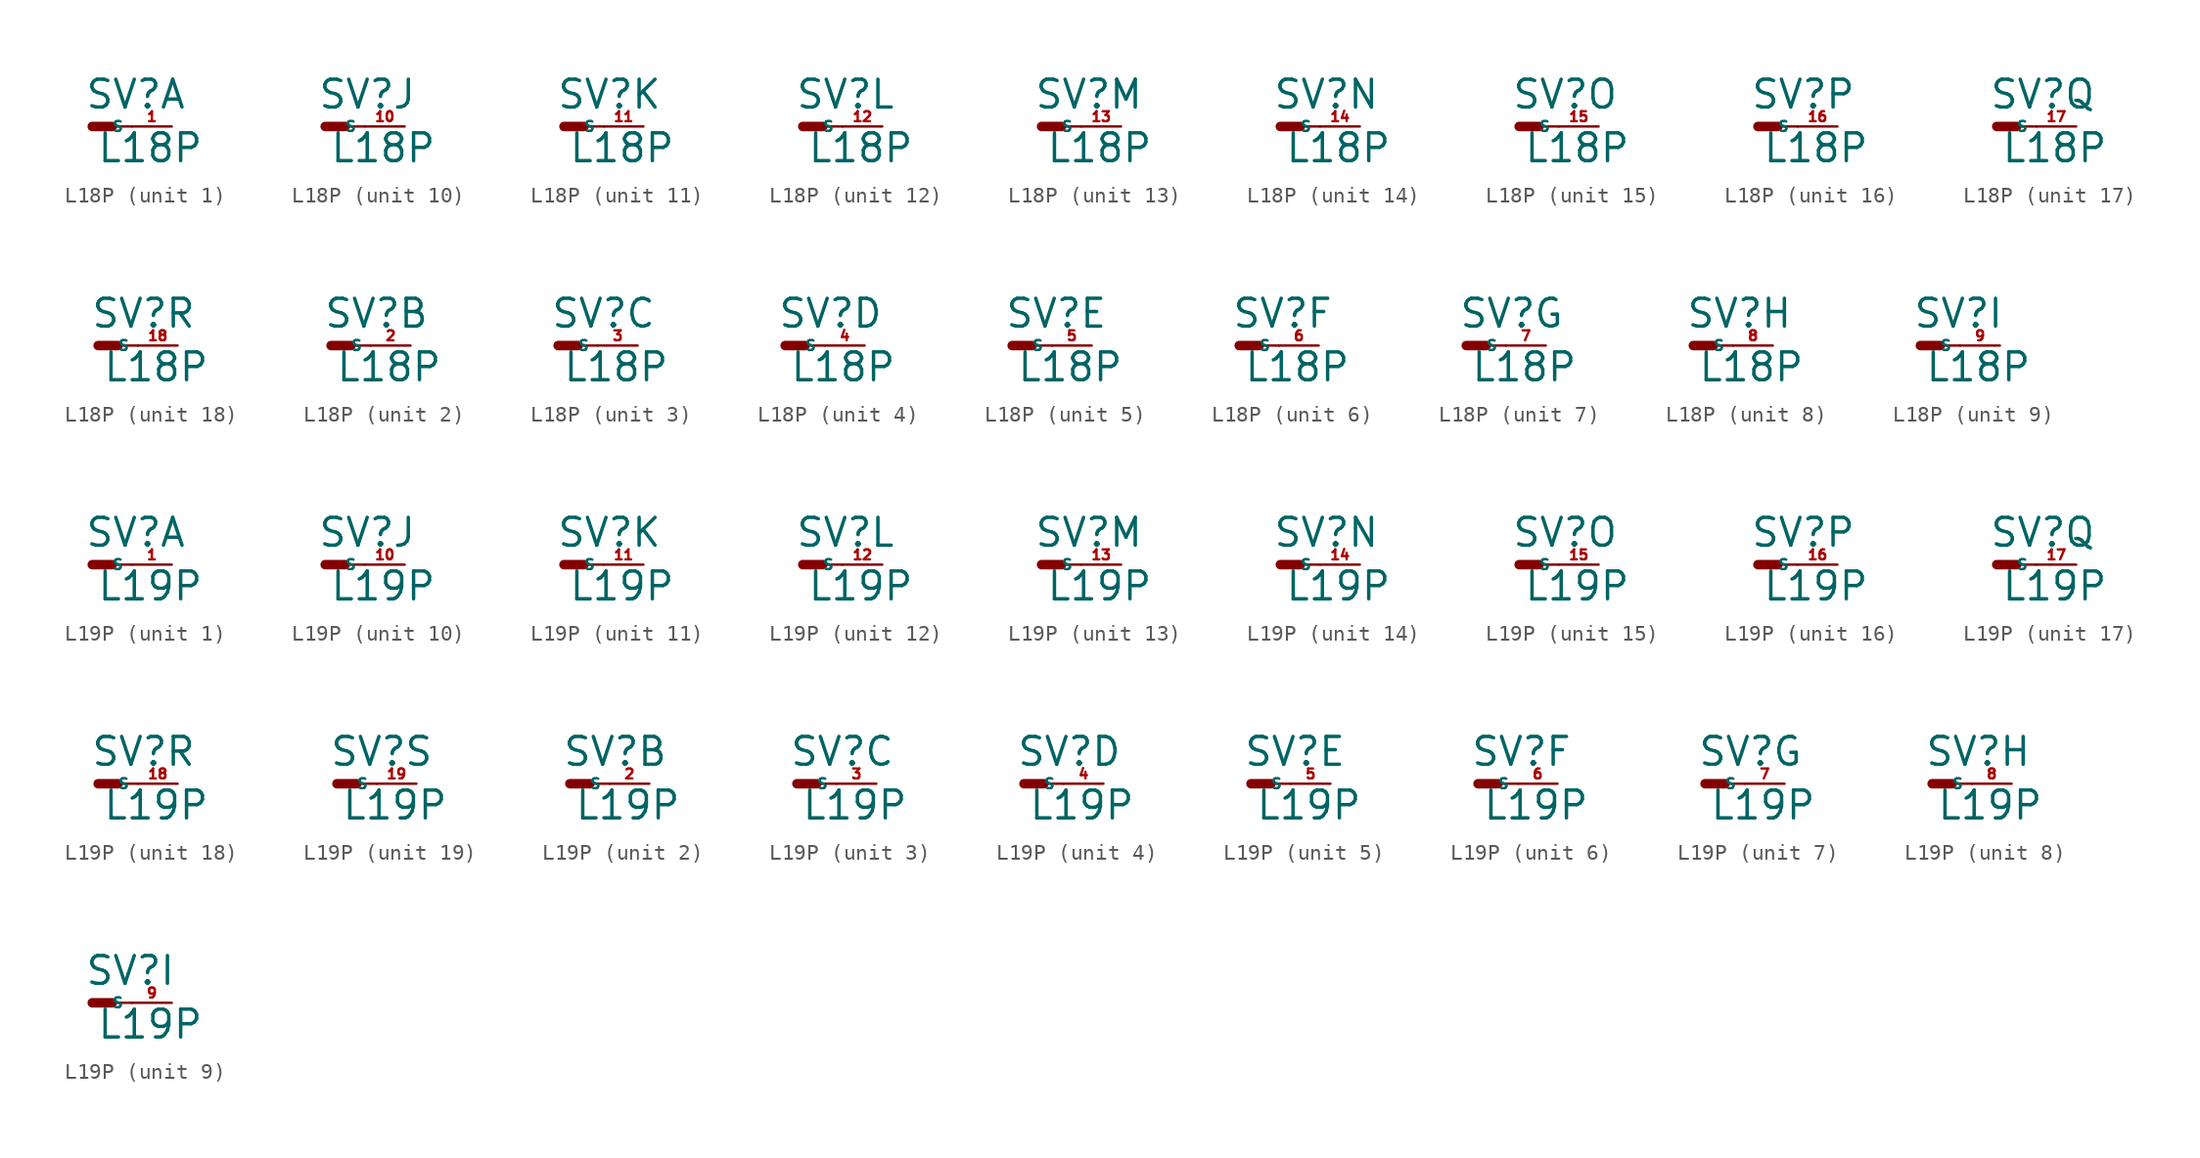
<source format=kicad_sym>
(kicad_symbol_lib
  (version 20220914)
  (generator Eagle2Kicad)
  (symbol "L18P"
    (property "Reference" "SV"
      (at -0.508 1.016 0)
      (effects (font (size 1.778 1.778) (thickness 0.22)) (justify left bottom)))
    (property "Value" "L18P"
      (at 0.254 -2.413 0)
      (effects (font (size 1.778 1.778) (thickness 0.22)) (justify left bottom)))
    (symbol "L18P_1_0"
      (polyline (pts (xy 1.27 0) (xy 2.54 0)) (stroke (width 0.152) (type default)) (fill (type none)))
      (polyline (pts (xy 0 0) (xy 1.27 0)) (stroke (width 0.61) (type default)) (fill (type none)))
      (pin passive line (at 5.08 0 180) (length 2.54) (name "S" (effects (font (size 0.635 0.635) (thickness 0.08)) (justify left bottom))) (number "1" (effects (font (size 0.635 0.635) (thickness 0.08)) (justify left bottom)))))
    (symbol "L18P_2_0"
      (polyline (pts (xy 1.27 0) (xy 2.54 0)) (stroke (width 0.152) (type default)) (fill (type none)))
      (polyline (pts (xy 0 0) (xy 1.27 0)) (stroke (width 0.61) (type default)) (fill (type none)))
      (pin passive line (at 5.08 0 180) (length 2.54) (name "S" (effects (font (size 0.635 0.635) (thickness 0.08)) (justify left bottom))) (number "2" (effects (font (size 0.635 0.635) (thickness 0.08)) (justify left bottom)))))
    (symbol "L18P_3_0"
      (polyline (pts (xy 1.27 0) (xy 2.54 0)) (stroke (width 0.152) (type default)) (fill (type none)))
      (polyline (pts (xy 0 0) (xy 1.27 0)) (stroke (width 0.61) (type default)) (fill (type none)))
      (pin passive line (at 5.08 0 180) (length 2.54) (name "S" (effects (font (size 0.635 0.635) (thickness 0.08)) (justify left bottom))) (number "3" (effects (font (size 0.635 0.635) (thickness 0.08)) (justify left bottom)))))
    (symbol "L18P_4_0"
      (polyline (pts (xy 1.27 0) (xy 2.54 0)) (stroke (width 0.152) (type default)) (fill (type none)))
      (polyline (pts (xy 0 0) (xy 1.27 0)) (stroke (width 0.61) (type default)) (fill (type none)))
      (pin passive line (at 5.08 0 180) (length 2.54) (name "S" (effects (font (size 0.635 0.635) (thickness 0.08)) (justify left bottom))) (number "4" (effects (font (size 0.635 0.635) (thickness 0.08)) (justify left bottom)))))
    (symbol "L18P_5_0"
      (polyline (pts (xy 1.27 0) (xy 2.54 0)) (stroke (width 0.152) (type default)) (fill (type none)))
      (polyline (pts (xy 0 0) (xy 1.27 0)) (stroke (width 0.61) (type default)) (fill (type none)))
      (pin passive line (at 5.08 0 180) (length 2.54) (name "S" (effects (font (size 0.635 0.635) (thickness 0.08)) (justify left bottom))) (number "5" (effects (font (size 0.635 0.635) (thickness 0.08)) (justify left bottom)))))
    (symbol "L18P_6_0"
      (polyline (pts (xy 1.27 0) (xy 2.54 0)) (stroke (width 0.152) (type default)) (fill (type none)))
      (polyline (pts (xy 0 0) (xy 1.27 0)) (stroke (width 0.61) (type default)) (fill (type none)))
      (pin passive line (at 5.08 0 180) (length 2.54) (name "S" (effects (font (size 0.635 0.635) (thickness 0.08)) (justify left bottom))) (number "6" (effects (font (size 0.635 0.635) (thickness 0.08)) (justify left bottom)))))
    (symbol "L18P_7_0"
      (polyline (pts (xy 1.27 0) (xy 2.54 0)) (stroke (width 0.152) (type default)) (fill (type none)))
      (polyline (pts (xy 0 0) (xy 1.27 0)) (stroke (width 0.61) (type default)) (fill (type none)))
      (pin passive line (at 5.08 0 180) (length 2.54) (name "S" (effects (font (size 0.635 0.635) (thickness 0.08)) (justify left bottom))) (number "7" (effects (font (size 0.635 0.635) (thickness 0.08)) (justify left bottom)))))
    (symbol "L18P_8_0"
      (polyline (pts (xy 1.27 0) (xy 2.54 0)) (stroke (width 0.152) (type default)) (fill (type none)))
      (polyline (pts (xy 0 0) (xy 1.27 0)) (stroke (width 0.61) (type default)) (fill (type none)))
      (pin passive line (at 5.08 0 180) (length 2.54) (name "S" (effects (font (size 0.635 0.635) (thickness 0.08)) (justify left bottom))) (number "8" (effects (font (size 0.635 0.635) (thickness 0.08)) (justify left bottom)))))
    (symbol "L18P_9_0"
      (polyline (pts (xy 1.27 0) (xy 2.54 0)) (stroke (width 0.152) (type default)) (fill (type none)))
      (polyline (pts (xy 0 0) (xy 1.27 0)) (stroke (width 0.61) (type default)) (fill (type none)))
      (pin passive line (at 5.08 0 180) (length 2.54) (name "S" (effects (font (size 0.635 0.635) (thickness 0.08)) (justify left bottom))) (number "9" (effects (font (size 0.635 0.635) (thickness 0.08)) (justify left bottom)))))
    (symbol "L18P_10_0"
      (polyline (pts (xy 1.27 0) (xy 2.54 0)) (stroke (width 0.152) (type default)) (fill (type none)))
      (polyline (pts (xy 0 0) (xy 1.27 0)) (stroke (width 0.61) (type default)) (fill (type none)))
      (pin passive line (at 5.08 0 180) (length 2.54) (name "S" (effects (font (size 0.635 0.635) (thickness 0.08)) (justify left bottom))) (number "10" (effects (font (size 0.635 0.635) (thickness 0.08)) (justify left bottom)))))
    (symbol "L18P_11_0"
      (polyline (pts (xy 1.27 0) (xy 2.54 0)) (stroke (width 0.152) (type default)) (fill (type none)))
      (polyline (pts (xy 0 0) (xy 1.27 0)) (stroke (width 0.61) (type default)) (fill (type none)))
      (pin passive line (at 5.08 0 180) (length 2.54) (name "S" (effects (font (size 0.635 0.635) (thickness 0.08)) (justify left bottom))) (number "11" (effects (font (size 0.635 0.635) (thickness 0.08)) (justify left bottom)))))
    (symbol "L18P_12_0"
      (polyline (pts (xy 1.27 0) (xy 2.54 0)) (stroke (width 0.152) (type default)) (fill (type none)))
      (polyline (pts (xy 0 0) (xy 1.27 0)) (stroke (width 0.61) (type default)) (fill (type none)))
      (pin passive line (at 5.08 0 180) (length 2.54) (name "S" (effects (font (size 0.635 0.635) (thickness 0.08)) (justify left bottom))) (number "12" (effects (font (size 0.635 0.635) (thickness 0.08)) (justify left bottom)))))
    (symbol "L18P_13_0"
      (polyline (pts (xy 1.27 0) (xy 2.54 0)) (stroke (width 0.152) (type default)) (fill (type none)))
      (polyline (pts (xy 0 0) (xy 1.27 0)) (stroke (width 0.61) (type default)) (fill (type none)))
      (pin passive line (at 5.08 0 180) (length 2.54) (name "S" (effects (font (size 0.635 0.635) (thickness 0.08)) (justify left bottom))) (number "13" (effects (font (size 0.635 0.635) (thickness 0.08)) (justify left bottom)))))
    (symbol "L18P_14_0"
      (polyline (pts (xy 1.27 0) (xy 2.54 0)) (stroke (width 0.152) (type default)) (fill (type none)))
      (polyline (pts (xy 0 0) (xy 1.27 0)) (stroke (width 0.61) (type default)) (fill (type none)))
      (pin passive line (at 5.08 0 180) (length 2.54) (name "S" (effects (font (size 0.635 0.635) (thickness 0.08)) (justify left bottom))) (number "14" (effects (font (size 0.635 0.635) (thickness 0.08)) (justify left bottom)))))
    (symbol "L18P_15_0"
      (polyline (pts (xy 1.27 0) (xy 2.54 0)) (stroke (width 0.152) (type default)) (fill (type none)))
      (polyline (pts (xy 0 0) (xy 1.27 0)) (stroke (width 0.61) (type default)) (fill (type none)))
      (pin passive line (at 5.08 0 180) (length 2.54) (name "S" (effects (font (size 0.635 0.635) (thickness 0.08)) (justify left bottom))) (number "15" (effects (font (size 0.635 0.635) (thickness 0.08)) (justify left bottom)))))
    (symbol "L18P_16_0"
      (polyline (pts (xy 1.27 0) (xy 2.54 0)) (stroke (width 0.152) (type default)) (fill (type none)))
      (polyline (pts (xy 0 0) (xy 1.27 0)) (stroke (width 0.61) (type default)) (fill (type none)))
      (pin passive line (at 5.08 0 180) (length 2.54) (name "S" (effects (font (size 0.635 0.635) (thickness 0.08)) (justify left bottom))) (number "16" (effects (font (size 0.635 0.635) (thickness 0.08)) (justify left bottom)))))
    (symbol "L18P_17_0"
      (polyline (pts (xy 1.27 0) (xy 2.54 0)) (stroke (width 0.152) (type default)) (fill (type none)))
      (polyline (pts (xy 0 0) (xy 1.27 0)) (stroke (width 0.61) (type default)) (fill (type none)))
      (pin passive line (at 5.08 0 180) (length 2.54) (name "S" (effects (font (size 0.635 0.635) (thickness 0.08)) (justify left bottom))) (number "17" (effects (font (size 0.635 0.635) (thickness 0.08)) (justify left bottom)))))
    (symbol "L18P_18_0"
      (polyline (pts (xy 1.27 0) (xy 2.54 0)) (stroke (width 0.152) (type default)) (fill (type none)))
      (polyline (pts (xy 0 0) (xy 1.27 0)) (stroke (width 0.61) (type default)) (fill (type none)))
      (pin passive line (at 5.08 0 180) (length 2.54) (name "S" (effects (font (size 0.635 0.635) (thickness 0.08)) (justify left bottom))) (number "18" (effects (font (size 0.635 0.635) (thickness 0.08)) (justify left bottom))))))
  (symbol "L19P"
    (property "Reference" "SV"
      (at -0.508 1.016 0)
      (effects (font (size 1.778 1.778) (thickness 0.22)) (justify left bottom)))
    (property "Value" "L19P"
      (at 0.254 -2.413 0)
      (effects (font (size 1.778 1.778) (thickness 0.22)) (justify left bottom)))
    (symbol "L19P_1_0"
      (polyline (pts (xy 1.27 0) (xy 2.54 0)) (stroke (width 0.152) (type default)) (fill (type none)))
      (polyline (pts (xy 0 0) (xy 1.27 0)) (stroke (width 0.61) (type default)) (fill (type none)))
      (pin passive line (at 5.08 0 180) (length 2.54) (name "S" (effects (font (size 0.635 0.635) (thickness 0.08)) (justify left bottom))) (number "1" (effects (font (size 0.635 0.635) (thickness 0.08)) (justify left bottom)))))
    (symbol "L19P_2_0"
      (polyline (pts (xy 1.27 0) (xy 2.54 0)) (stroke (width 0.152) (type default)) (fill (type none)))
      (polyline (pts (xy 0 0) (xy 1.27 0)) (stroke (width 0.61) (type default)) (fill (type none)))
      (pin passive line (at 5.08 0 180) (length 2.54) (name "S" (effects (font (size 0.635 0.635) (thickness 0.08)) (justify left bottom))) (number "2" (effects (font (size 0.635 0.635) (thickness 0.08)) (justify left bottom)))))
    (symbol "L19P_3_0"
      (polyline (pts (xy 1.27 0) (xy 2.54 0)) (stroke (width 0.152) (type default)) (fill (type none)))
      (polyline (pts (xy 0 0) (xy 1.27 0)) (stroke (width 0.61) (type default)) (fill (type none)))
      (pin passive line (at 5.08 0 180) (length 2.54) (name "S" (effects (font (size 0.635 0.635) (thickness 0.08)) (justify left bottom))) (number "3" (effects (font (size 0.635 0.635) (thickness 0.08)) (justify left bottom)))))
    (symbol "L19P_4_0"
      (polyline (pts (xy 1.27 0) (xy 2.54 0)) (stroke (width 0.152) (type default)) (fill (type none)))
      (polyline (pts (xy 0 0) (xy 1.27 0)) (stroke (width 0.61) (type default)) (fill (type none)))
      (pin passive line (at 5.08 0 180) (length 2.54) (name "S" (effects (font (size 0.635 0.635) (thickness 0.08)) (justify left bottom))) (number "4" (effects (font (size 0.635 0.635) (thickness 0.08)) (justify left bottom)))))
    (symbol "L19P_5_0"
      (polyline (pts (xy 1.27 0) (xy 2.54 0)) (stroke (width 0.152) (type default)) (fill (type none)))
      (polyline (pts (xy 0 0) (xy 1.27 0)) (stroke (width 0.61) (type default)) (fill (type none)))
      (pin passive line (at 5.08 0 180) (length 2.54) (name "S" (effects (font (size 0.635 0.635) (thickness 0.08)) (justify left bottom))) (number "5" (effects (font (size 0.635 0.635) (thickness 0.08)) (justify left bottom)))))
    (symbol "L19P_6_0"
      (polyline (pts (xy 1.27 0) (xy 2.54 0)) (stroke (width 0.152) (type default)) (fill (type none)))
      (polyline (pts (xy 0 0) (xy 1.27 0)) (stroke (width 0.61) (type default)) (fill (type none)))
      (pin passive line (at 5.08 0 180) (length 2.54) (name "S" (effects (font (size 0.635 0.635) (thickness 0.08)) (justify left bottom))) (number "6" (effects (font (size 0.635 0.635) (thickness 0.08)) (justify left bottom)))))
    (symbol "L19P_7_0"
      (polyline (pts (xy 1.27 0) (xy 2.54 0)) (stroke (width 0.152) (type default)) (fill (type none)))
      (polyline (pts (xy 0 0) (xy 1.27 0)) (stroke (width 0.61) (type default)) (fill (type none)))
      (pin passive line (at 5.08 0 180) (length 2.54) (name "S" (effects (font (size 0.635 0.635) (thickness 0.08)) (justify left bottom))) (number "7" (effects (font (size 0.635 0.635) (thickness 0.08)) (justify left bottom)))))
    (symbol "L19P_8_0"
      (polyline (pts (xy 1.27 0) (xy 2.54 0)) (stroke (width 0.152) (type default)) (fill (type none)))
      (polyline (pts (xy 0 0) (xy 1.27 0)) (stroke (width 0.61) (type default)) (fill (type none)))
      (pin passive line (at 5.08 0 180) (length 2.54) (name "S" (effects (font (size 0.635 0.635) (thickness 0.08)) (justify left bottom))) (number "8" (effects (font (size 0.635 0.635) (thickness 0.08)) (justify left bottom)))))
    (symbol "L19P_9_0"
      (polyline (pts (xy 1.27 0) (xy 2.54 0)) (stroke (width 0.152) (type default)) (fill (type none)))
      (polyline (pts (xy 0 0) (xy 1.27 0)) (stroke (width 0.61) (type default)) (fill (type none)))
      (pin passive line (at 5.08 0 180) (length 2.54) (name "S" (effects (font (size 0.635 0.635) (thickness 0.08)) (justify left bottom))) (number "9" (effects (font (size 0.635 0.635) (thickness 0.08)) (justify left bottom)))))
    (symbol "L19P_10_0"
      (polyline (pts (xy 1.27 0) (xy 2.54 0)) (stroke (width 0.152) (type default)) (fill (type none)))
      (polyline (pts (xy 0 0) (xy 1.27 0)) (stroke (width 0.61) (type default)) (fill (type none)))
      (pin passive line (at 5.08 0 180) (length 2.54) (name "S" (effects (font (size 0.635 0.635) (thickness 0.08)) (justify left bottom))) (number "10" (effects (font (size 0.635 0.635) (thickness 0.08)) (justify left bottom)))))
    (symbol "L19P_11_0"
      (polyline (pts (xy 1.27 0) (xy 2.54 0)) (stroke (width 0.152) (type default)) (fill (type none)))
      (polyline (pts (xy 0 0) (xy 1.27 0)) (stroke (width 0.61) (type default)) (fill (type none)))
      (pin passive line (at 5.08 0 180) (length 2.54) (name "S" (effects (font (size 0.635 0.635) (thickness 0.08)) (justify left bottom))) (number "11" (effects (font (size 0.635 0.635) (thickness 0.08)) (justify left bottom)))))
    (symbol "L19P_12_0"
      (polyline (pts (xy 1.27 0) (xy 2.54 0)) (stroke (width 0.152) (type default)) (fill (type none)))
      (polyline (pts (xy 0 0) (xy 1.27 0)) (stroke (width 0.61) (type default)) (fill (type none)))
      (pin passive line (at 5.08 0 180) (length 2.54) (name "S" (effects (font (size 0.635 0.635) (thickness 0.08)) (justify left bottom))) (number "12" (effects (font (size 0.635 0.635) (thickness 0.08)) (justify left bottom)))))
    (symbol "L19P_13_0"
      (polyline (pts (xy 1.27 0) (xy 2.54 0)) (stroke (width 0.152) (type default)) (fill (type none)))
      (polyline (pts (xy 0 0) (xy 1.27 0)) (stroke (width 0.61) (type default)) (fill (type none)))
      (pin passive line (at 5.08 0 180) (length 2.54) (name "S" (effects (font (size 0.635 0.635) (thickness 0.08)) (justify left bottom))) (number "13" (effects (font (size 0.635 0.635) (thickness 0.08)) (justify left bottom)))))
    (symbol "L19P_14_0"
      (polyline (pts (xy 1.27 0) (xy 2.54 0)) (stroke (width 0.152) (type default)) (fill (type none)))
      (polyline (pts (xy 0 0) (xy 1.27 0)) (stroke (width 0.61) (type default)) (fill (type none)))
      (pin passive line (at 5.08 0 180) (length 2.54) (name "S" (effects (font (size 0.635 0.635) (thickness 0.08)) (justify left bottom))) (number "14" (effects (font (size 0.635 0.635) (thickness 0.08)) (justify left bottom)))))
    (symbol "L19P_15_0"
      (polyline (pts (xy 1.27 0) (xy 2.54 0)) (stroke (width 0.152) (type default)) (fill (type none)))
      (polyline (pts (xy 0 0) (xy 1.27 0)) (stroke (width 0.61) (type default)) (fill (type none)))
      (pin passive line (at 5.08 0 180) (length 2.54) (name "S" (effects (font (size 0.635 0.635) (thickness 0.08)) (justify left bottom))) (number "15" (effects (font (size 0.635 0.635) (thickness 0.08)) (justify left bottom)))))
    (symbol "L19P_16_0"
      (polyline (pts (xy 1.27 0) (xy 2.54 0)) (stroke (width 0.152) (type default)) (fill (type none)))
      (polyline (pts (xy 0 0) (xy 1.27 0)) (stroke (width 0.61) (type default)) (fill (type none)))
      (pin passive line (at 5.08 0 180) (length 2.54) (name "S" (effects (font (size 0.635 0.635) (thickness 0.08)) (justify left bottom))) (number "16" (effects (font (size 0.635 0.635) (thickness 0.08)) (justify left bottom)))))
    (symbol "L19P_17_0"
      (polyline (pts (xy 1.27 0) (xy 2.54 0)) (stroke (width 0.152) (type default)) (fill (type none)))
      (polyline (pts (xy 0 0) (xy 1.27 0)) (stroke (width 0.61) (type default)) (fill (type none)))
      (pin passive line (at 5.08 0 180) (length 2.54) (name "S" (effects (font (size 0.635 0.635) (thickness 0.08)) (justify left bottom))) (number "17" (effects (font (size 0.635 0.635) (thickness 0.08)) (justify left bottom)))))
    (symbol "L19P_18_0"
      (polyline (pts (xy 1.27 0) (xy 2.54 0)) (stroke (width 0.152) (type default)) (fill (type none)))
      (polyline (pts (xy 0 0) (xy 1.27 0)) (stroke (width 0.61) (type default)) (fill (type none)))
      (pin passive line (at 5.08 0 180) (length 2.54) (name "S" (effects (font (size 0.635 0.635) (thickness 0.08)) (justify left bottom))) (number "18" (effects (font (size 0.635 0.635) (thickness 0.08)) (justify left bottom)))))
    (symbol "L19P_19_0"
      (polyline (pts (xy 1.27 0) (xy 2.54 0)) (stroke (width 0.152) (type default)) (fill (type none)))
      (polyline (pts (xy 0 0) (xy 1.27 0)) (stroke (width 0.61) (type default)) (fill (type none)))
      (pin passive line (at 5.08 0 180) (length 2.54) (name "S" (effects (font (size 0.635 0.635) (thickness 0.08)) (justify left bottom))) (number "19" (effects (font (size 0.635 0.635) (thickness 0.08)) (justify left bottom)))))))
</source>
